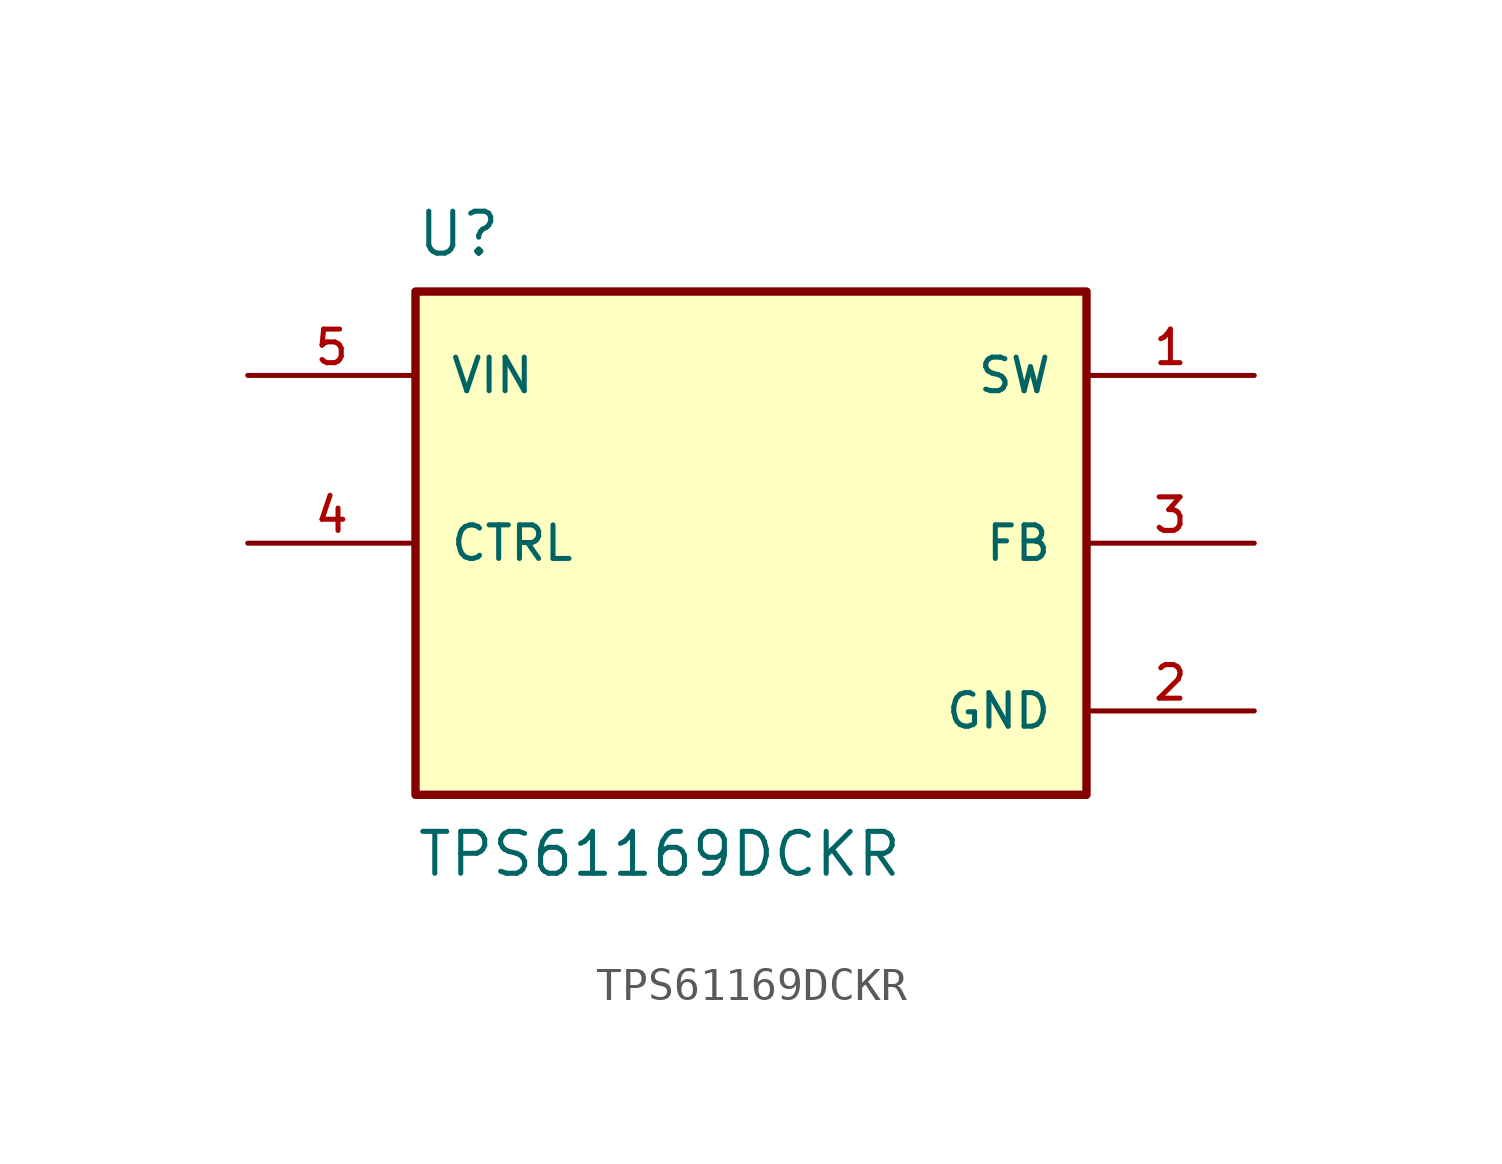
<source format=kicad_sym>
(kicad_symbol_lib
  (version 20211014)
  (generator kicad_symbol_editor)
  (symbol "TPS61169DCKR"
    (pin_names
      (offset 1.016))
    (property "Reference" "U"
      (at -10.16 8.62 0.0)
      (effects (font (size 1.27 1.27)) (justify bottom left)))
    (property "Value" "TPS61169DCKR"
      (at -10.16 -10.16 0.0)
      (effects (font (size 1.27 1.27)) (justify bottom left)))
    (symbol "TPS61169DCKR_0_0"
      (rectangle (start -10.16 -7.62) (end 10.16 7.62) (stroke (width 0.254)) (fill (type background)))
      (pin input line (at -15.24 5.08 0) (length 5.08) (name "VIN" (effects (font (size 1.016 1.016)))) (number "5" (effects (font (size 1.016 1.016)))))
      (pin input line (at -15.24 0.0 0) (length 5.08) (name "CTRL" (effects (font (size 1.016 1.016)))) (number "4" (effects (font (size 1.016 1.016)))))
      (pin input line (at 15.24 0.0 180.0) (length 5.08) (name "FB" (effects (font (size 1.016 1.016)))) (number "3" (effects (font (size 1.016 1.016)))))
      (pin input line (at 15.24 5.08 180.0) (length 5.08) (name "SW" (effects (font (size 1.016 1.016)))) (number "1" (effects (font (size 1.016 1.016)))))
      (pin power_in line (at 15.24 -5.08 180.0) (length 5.08) (name "GND" (effects (font (size 1.016 1.016)))) (number "2" (effects (font (size 1.016 1.016))))))))
</source>
